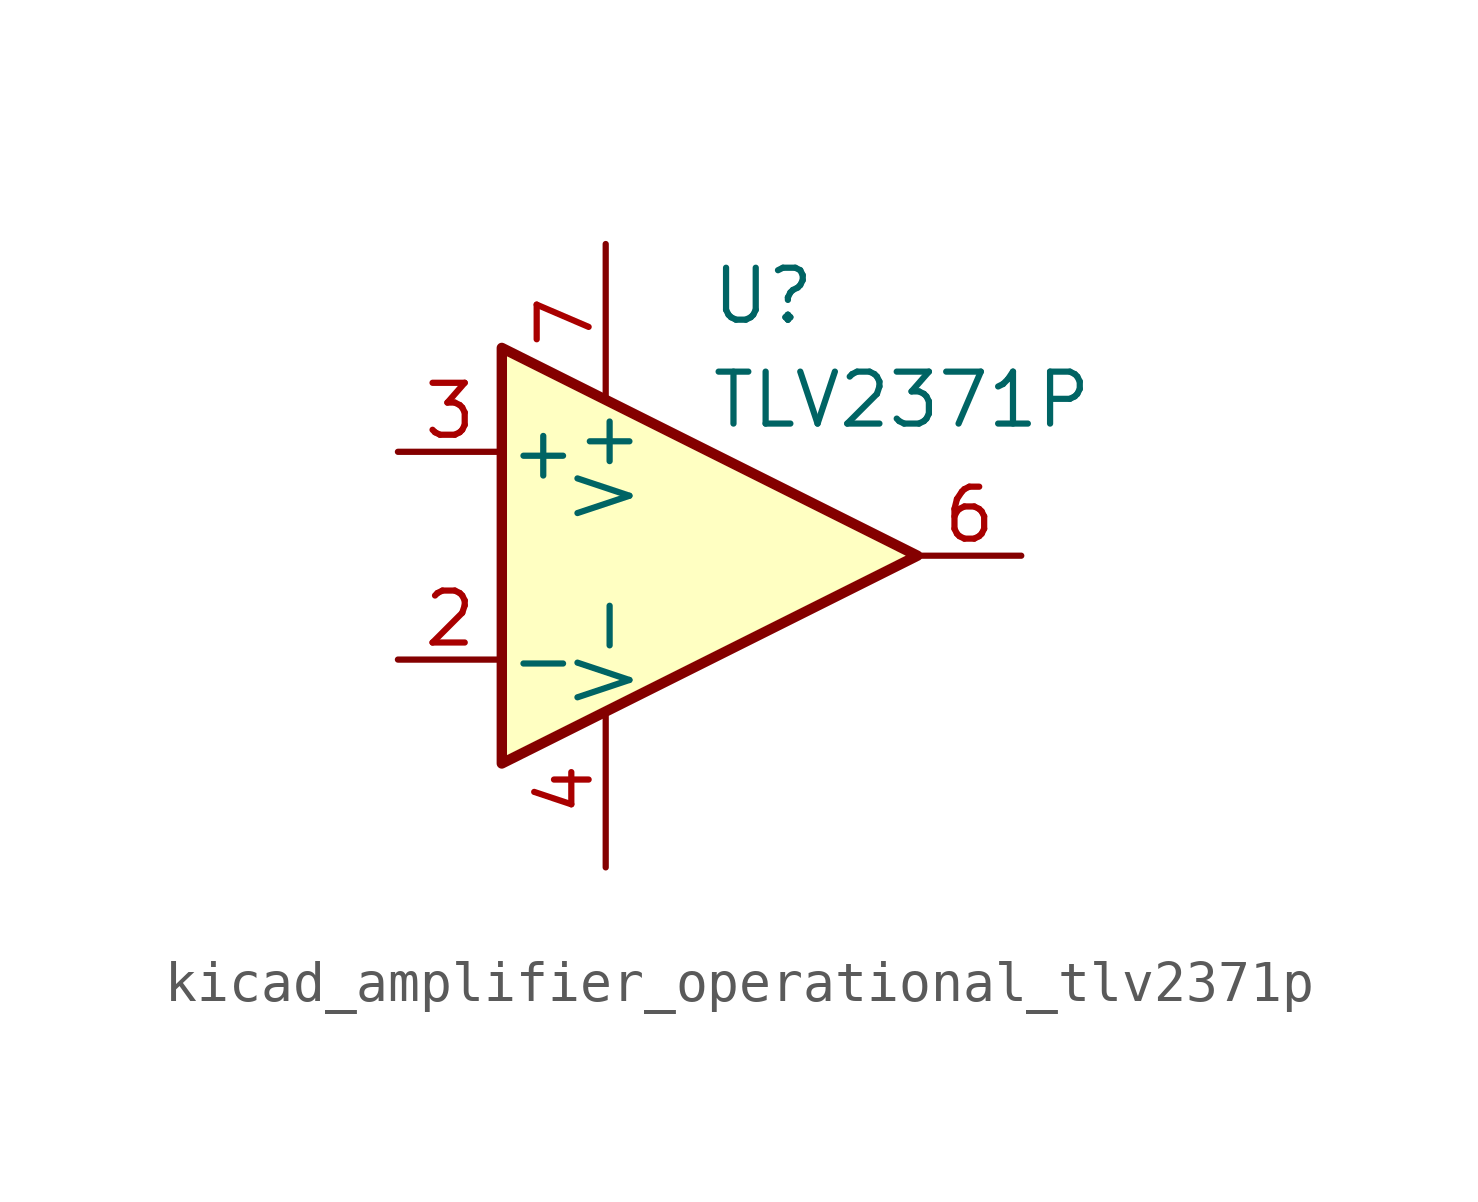
<source format=kicad_sym>
(kicad_symbol_lib
  (version 20220914)
  (generator kicad_symbol_editor)
  (symbol "kicad_amplifier_operational_tlv2371p"
    (pin_names
      (offset 0.127))
    (property "Reference" "U"
      (at 0 6.35 0)
      (effects (font (size 1.27 1.27)) (justify left)))
    (property "Value" "TLV2371P"
      (at 0 3.81 0)
      (effects (font (size 1.27 1.27)) (justify left)))
    (symbol "kicad_amplifier_operational_tlv2371p_0_1"
      (polyline (pts (xy -5.08 5.08) (xy 5.08 0) (xy -5.08 -5.08) (xy -5.08 5.08)) (stroke (width 0.254) (type default)) (fill (type background))))
    (symbol "kicad_amplifier_operational_tlv2371p_1_1"
      (pin no_connect line (at -5.08 -2.54 90) (length 2.54) hide (name "NC" (effects (font (size 1.27 1.27)))) (number "1" (effects (font (size 1.27 1.27)))))
      (pin input line (at -7.62 -2.54 0) (length 2.54) (name "-" (effects (font (size 1.27 1.27)))) (number "2" (effects (font (size 1.27 1.27)))))
      (pin input line (at -7.62 2.54 0) (length 2.54) (name "+" (effects (font (size 1.27 1.27)))) (number "3" (effects (font (size 1.27 1.27)))))
      (pin power_in line (at -2.54 -7.62 90) (length 3.81) (name "V-" (effects (font (size 1.27 1.27)))) (number "4" (effects (font (size 1.27 1.27)))))
      (pin no_connect line (at -2.54 -2.54 90) (length 2.54) hide (name "NC" (effects (font (size 1.27 1.27)))) (number "5" (effects (font (size 1.27 1.27)))))
      (pin output line (at 7.62 0 180) (length 2.54) (name "~" (effects (font (size 1.27 1.27)))) (number "6" (effects (font (size 1.27 1.27)))))
      (pin power_in line (at -2.54 7.62 270) (length 3.81) (name "V+" (effects (font (size 1.27 1.27)))) (number "7" (effects (font (size 1.27 1.27)))))
      (pin no_connect line (at 0 -2.54 90) (length 2.54) hide (name "NC" (effects (font (size 1.27 1.27)))) (number "8" (effects (font (size 1.27 1.27))))))))
</source>
